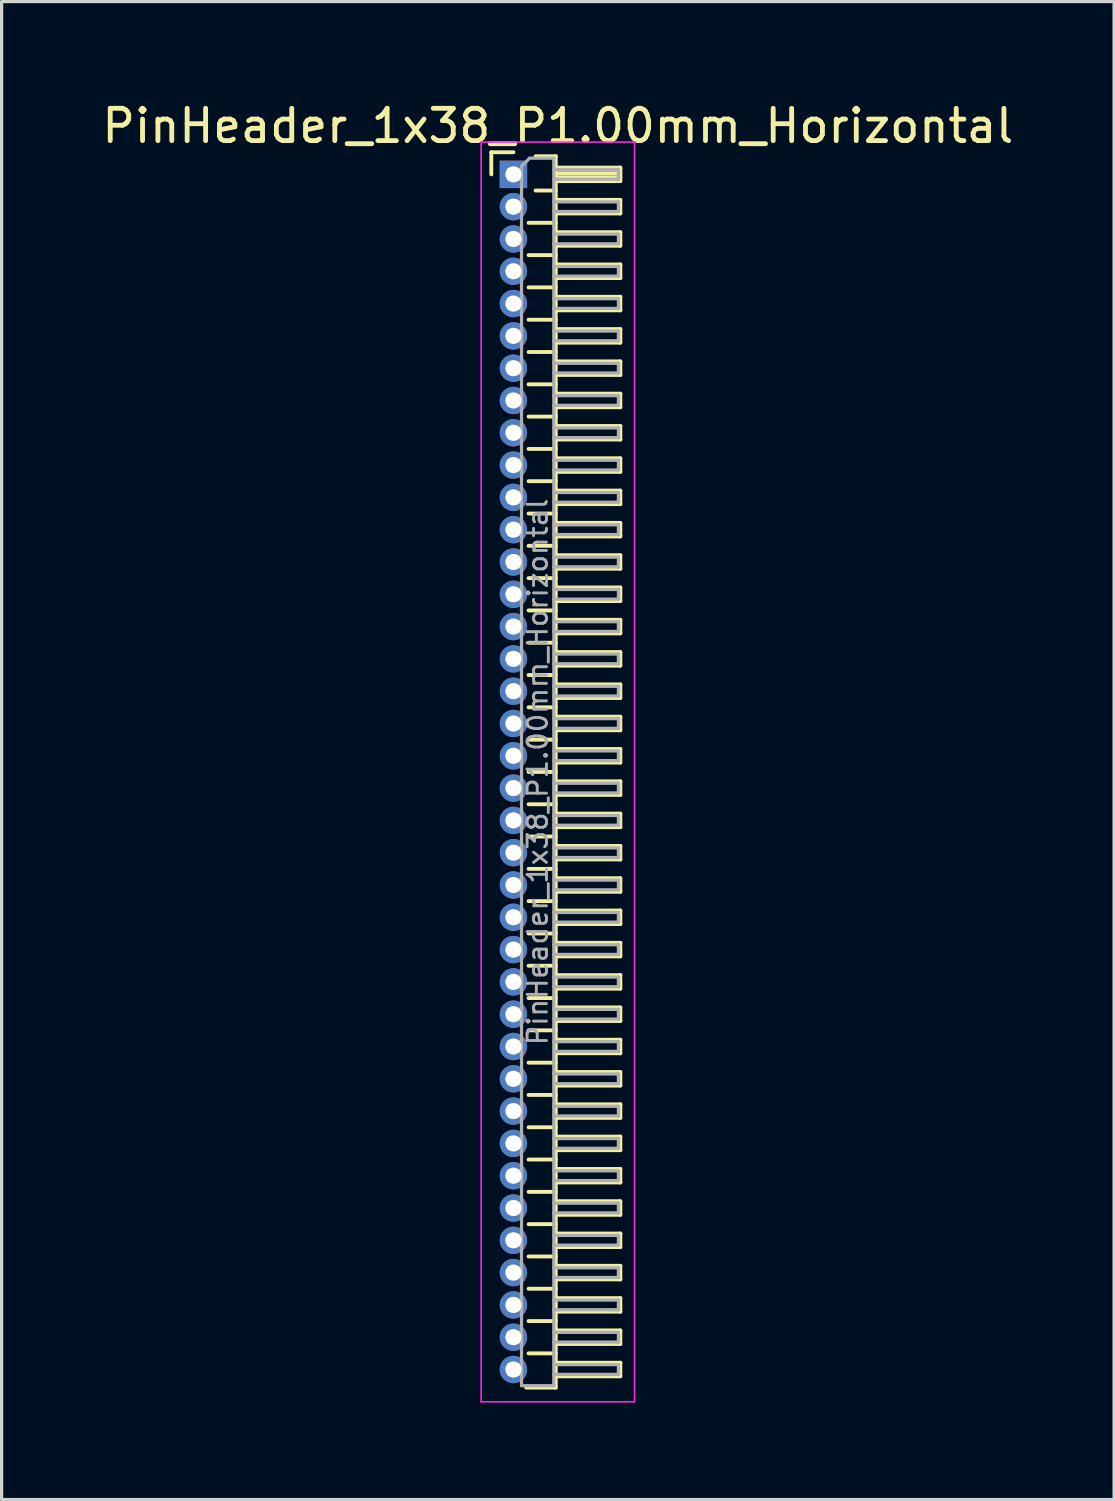
<source format=kicad_pcb>
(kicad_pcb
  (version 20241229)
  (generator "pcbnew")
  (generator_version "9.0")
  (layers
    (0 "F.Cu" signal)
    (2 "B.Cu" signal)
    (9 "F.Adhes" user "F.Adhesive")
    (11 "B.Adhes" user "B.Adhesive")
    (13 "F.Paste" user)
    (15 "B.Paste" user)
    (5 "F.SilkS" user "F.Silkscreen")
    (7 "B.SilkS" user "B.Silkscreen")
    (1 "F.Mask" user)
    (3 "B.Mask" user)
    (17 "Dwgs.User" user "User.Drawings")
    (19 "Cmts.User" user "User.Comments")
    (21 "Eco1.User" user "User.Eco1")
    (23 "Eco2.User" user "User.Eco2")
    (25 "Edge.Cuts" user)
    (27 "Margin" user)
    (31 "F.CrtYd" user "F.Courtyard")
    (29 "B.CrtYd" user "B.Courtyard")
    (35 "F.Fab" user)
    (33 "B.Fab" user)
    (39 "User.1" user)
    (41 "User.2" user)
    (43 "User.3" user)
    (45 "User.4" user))
  (footprint "PinHeader_1x38_P1.00mm_Horizontal"
    (layer "F.Cu")
    (at 12.845 2.348)
    (property "Reference" "PinHeader_1x38_P1.00mm_Horizontal" (at 1.375 -1.5 0) (layer "F.SilkS") (effects (font (size 1 1) (thickness 0.15))))
    (attr through_hole)
    (fp_line (start -0.685 -0.685) (end 0 -0.685) (stroke (width 0.12) (type solid)) (layer "F.SilkS"))
    (fp_line (start -0.685 0) (end -0.685 -0.685) (stroke (width 0.12) (type solid)) (layer "F.SilkS"))
    (fp_line (start 0.468 1.5) (end 1.31 1.5) (stroke (width 0.12) (type solid)) (layer "F.SilkS"))
    (fp_line (start 0.468 2.5) (end 1.31 2.5) (stroke (width 0.12) (type solid)) (layer "F.SilkS"))
    (fp_line (start 0.468 3.5) (end 1.31 3.5) (stroke (width 0.12) (type solid)) (layer "F.SilkS"))
    (fp_line (start 0.468 4.5) (end 1.31 4.5) (stroke (width 0.12) (type solid)) (layer "F.SilkS"))
    (fp_line (start 0.468 5.5) (end 1.31 5.5) (stroke (width 0.12) (type solid)) (layer "F.SilkS"))
    (fp_line (start 0.468 6.5) (end 1.31 6.5) (stroke (width 0.12) (type solid)) (layer "F.SilkS"))
    (fp_line (start 0.468 7.5) (end 1.31 7.5) (stroke (width 0.12) (type solid)) (layer "F.SilkS"))
    (fp_line (start 0.468 8.5) (end 1.31 8.5) (stroke (width 0.12) (type solid)) (layer "F.SilkS"))
    (fp_line (start 0.468 9.5) (end 1.31 9.5) (stroke (width 0.12) (type solid)) (layer "F.SilkS"))
    (fp_line (start 0.468 10.5) (end 1.31 10.5) (stroke (width 0.12) (type solid)) (layer "F.SilkS"))
    (fp_line (start 0.468 11.5) (end 1.31 11.5) (stroke (width 0.12) (type solid)) (layer "F.SilkS"))
    (fp_line (start 0.468 12.5) (end 1.31 12.5) (stroke (width 0.12) (type solid)) (layer "F.SilkS"))
    (fp_line (start 0.468 13.5) (end 1.31 13.5) (stroke (width 0.12) (type solid)) (layer "F.SilkS"))
    (fp_line (start 0.468 14.5) (end 1.31 14.5) (stroke (width 0.12) (type solid)) (layer "F.SilkS"))
    (fp_line (start 0.468 15.5) (end 1.31 15.5) (stroke (width 0.12) (type solid)) (layer "F.SilkS"))
    (fp_line (start 0.468 16.5) (end 1.31 16.5) (stroke (width 0.12) (type solid)) (layer "F.SilkS"))
    (fp_line (start 0.468 17.5) (end 1.31 17.5) (stroke (width 0.12) (type solid)) (layer "F.SilkS"))
    (fp_line (start 0.468 18.5) (end 1.31 18.5) (stroke (width 0.12) (type solid)) (layer "F.SilkS"))
    (fp_line (start 0.468 19.5) (end 1.31 19.5) (stroke (width 0.12) (type solid)) (layer "F.SilkS"))
    (fp_line (start 0.468 20.5) (end 1.31 20.5) (stroke (width 0.12) (type solid)) (layer "F.SilkS"))
    (fp_line (start 0.468 21.5) (end 1.31 21.5) (stroke (width 0.12) (type solid)) (layer "F.SilkS"))
    (fp_line (start 0.468 22.5) (end 1.31 22.5) (stroke (width 0.12) (type solid)) (layer "F.SilkS"))
    (fp_line (start 0.468 23.5) (end 1.31 23.5) (stroke (width 0.12) (type solid)) (layer "F.SilkS"))
    (fp_line (start 0.468 24.5) (end 1.31 24.5) (stroke (width 0.12) (type solid)) (layer "F.SilkS"))
    (fp_line (start 0.468 25.5) (end 1.31 25.5) (stroke (width 0.12) (type solid)) (layer "F.SilkS"))
    (fp_line (start 0.468 26.5) (end 1.31 26.5) (stroke (width 0.12) (type solid)) (layer "F.SilkS"))
    (fp_line (start 0.468 27.5) (end 1.31 27.5) (stroke (width 0.12) (type solid)) (layer "F.SilkS"))
    (fp_line (start 0.468 28.5) (end 1.31 28.5) (stroke (width 0.12) (type solid)) (layer "F.SilkS"))
    (fp_line (start 0.468 29.5) (end 1.31 29.5) (stroke (width 0.12) (type solid)) (layer "F.SilkS"))
    (fp_line (start 0.468 30.5) (end 1.31 30.5) (stroke (width 0.12) (type solid)) (layer "F.SilkS"))
    (fp_line (start 0.468 31.5) (end 1.31 31.5) (stroke (width 0.12) (type solid)) (layer "F.SilkS"))
    (fp_line (start 0.468 32.5) (end 1.31 32.5) (stroke (width 0.12) (type solid)) (layer "F.SilkS"))
    (fp_line (start 0.468 33.5) (end 1.31 33.5) (stroke (width 0.12) (type solid)) (layer "F.SilkS"))
    (fp_line (start 0.468 34.5) (end 1.31 34.5) (stroke (width 0.12) (type solid)) (layer "F.SilkS"))
    (fp_line (start 0.468 35.5) (end 1.31 35.5) (stroke (width 0.12) (type solid)) (layer "F.SilkS"))
    (fp_line (start 0.468 36.5) (end 1.31 36.5) (stroke (width 0.12) (type solid)) (layer "F.SilkS"))
    (fp_line (start 0.685 -0.56) (end 1.31 -0.56) (stroke (width 0.12) (type solid)) (layer "F.SilkS"))
    (fp_line (start 0.685 0.5) (end 1.31 0.5) (stroke (width 0.12) (type solid)) (layer "F.SilkS"))
    (fp_line (start 1.31 -0.56) (end 1.31 37.56) (stroke (width 0.12) (type solid)) (layer "F.SilkS"))
    (fp_line (start 1.31 -0.21) (end 3.31 -0.21) (stroke (width 0.12) (type solid)) (layer "F.SilkS"))
    (fp_line (start 1.31 -0.15) (end 3.31 -0.15) (stroke (width 0.12) (type solid)) (layer "F.SilkS"))
    (fp_line (start 1.31 -0.03) (end 3.31 -0.03) (stroke (width 0.12) (type solid)) (layer "F.SilkS"))
    (fp_line (start 1.31 0.09) (end 3.31 0.09) (stroke (width 0.12) (type solid)) (layer "F.SilkS"))
    (fp_line (start 1.31 0.79) (end 3.31 0.79) (stroke (width 0.12) (type solid)) (layer "F.SilkS"))
    (fp_line (start 1.31 1.79) (end 3.31 1.79) (stroke (width 0.12) (type solid)) (layer "F.SilkS"))
    (fp_line (start 1.31 2.79) (end 3.31 2.79) (stroke (width 0.12) (type solid)) (layer "F.SilkS"))
    (fp_line (start 1.31 3.79) (end 3.31 3.79) (stroke (width 0.12) (type solid)) (layer "F.SilkS"))
    (fp_line (start 1.31 4.79) (end 3.31 4.79) (stroke (width 0.12) (type solid)) (layer "F.SilkS"))
    (fp_line (start 1.31 5.79) (end 3.31 5.79) (stroke (width 0.12) (type solid)) (layer "F.SilkS"))
    (fp_line (start 1.31 6.79) (end 3.31 6.79) (stroke (width 0.12) (type solid)) (layer "F.SilkS"))
    (fp_line (start 1.31 7.79) (end 3.31 7.79) (stroke (width 0.12) (type solid)) (layer "F.SilkS"))
    (fp_line (start 1.31 8.79) (end 3.31 8.79) (stroke (width 0.12) (type solid)) (layer "F.SilkS"))
    (fp_line (start 1.31 9.79) (end 3.31 9.79) (stroke (width 0.12) (type solid)) (layer "F.SilkS"))
    (fp_line (start 1.31 10.79) (end 3.31 10.79) (stroke (width 0.12) (type solid)) (layer "F.SilkS"))
    (fp_line (start 1.31 11.79) (end 3.31 11.79) (stroke (width 0.12) (type solid)) (layer "F.SilkS"))
    (fp_line (start 1.31 12.79) (end 3.31 12.79) (stroke (width 0.12) (type solid)) (layer "F.SilkS"))
    (fp_line (start 1.31 13.79) (end 3.31 13.79) (stroke (width 0.12) (type solid)) (layer "F.SilkS"))
    (fp_line (start 1.31 14.79) (end 3.31 14.79) (stroke (width 0.12) (type solid)) (layer "F.SilkS"))
    (fp_line (start 1.31 15.79) (end 3.31 15.79) (stroke (width 0.12) (type solid)) (layer "F.SilkS"))
    (fp_line (start 1.31 16.79) (end 3.31 16.79) (stroke (width 0.12) (type solid)) (layer "F.SilkS"))
    (fp_line (start 1.31 17.79) (end 3.31 17.79) (stroke (width 0.12) (type solid)) (layer "F.SilkS"))
    (fp_line (start 1.31 18.79) (end 3.31 18.79) (stroke (width 0.12) (type solid)) (layer "F.SilkS"))
    (fp_line (start 1.31 19.79) (end 3.31 19.79) (stroke (width 0.12) (type solid)) (layer "F.SilkS"))
    (fp_line (start 1.31 20.79) (end 3.31 20.79) (stroke (width 0.12) (type solid)) (layer "F.SilkS"))
    (fp_line (start 1.31 21.79) (end 3.31 21.79) (stroke (width 0.12) (type solid)) (layer "F.SilkS"))
    (fp_line (start 1.31 22.79) (end 3.31 22.79) (stroke (width 0.12) (type solid)) (layer "F.SilkS"))
    (fp_line (start 1.31 23.79) (end 3.31 23.79) (stroke (width 0.12) (type solid)) (layer "F.SilkS"))
    (fp_line (start 1.31 24.79) (end 3.31 24.79) (stroke (width 0.12) (type solid)) (layer "F.SilkS"))
    (fp_line (start 1.31 25.79) (end 3.31 25.79) (stroke (width 0.12) (type solid)) (layer "F.SilkS"))
    (fp_line (start 1.31 26.79) (end 3.31 26.79) (stroke (width 0.12) (type solid)) (layer "F.SilkS"))
    (fp_line (start 1.31 27.79) (end 3.31 27.79) (stroke (width 0.12) (type solid)) (layer "F.SilkS"))
    (fp_line (start 1.31 28.79) (end 3.31 28.79) (stroke (width 0.12) (type solid)) (layer "F.SilkS"))
    (fp_line (start 1.31 29.79) (end 3.31 29.79) (stroke (width 0.12) (type solid)) (layer "F.SilkS"))
    (fp_line (start 1.31 30.79) (end 3.31 30.79) (stroke (width 0.12) (type solid)) (layer "F.SilkS"))
    (fp_line (start 1.31 31.79) (end 3.31 31.79) (stroke (width 0.12) (type solid)) (layer "F.SilkS"))
    (fp_line (start 1.31 32.79) (end 3.31 32.79) (stroke (width 0.12) (type solid)) (layer "F.SilkS"))
    (fp_line (start 1.31 33.79) (end 3.31 33.79) (stroke (width 0.12) (type solid)) (layer "F.SilkS"))
    (fp_line (start 1.31 34.79) (end 3.31 34.79) (stroke (width 0.12) (type solid)) (layer "F.SilkS"))
    (fp_line (start 1.31 35.79) (end 3.31 35.79) (stroke (width 0.12) (type solid)) (layer "F.SilkS"))
    (fp_line (start 1.31 36.79) (end 3.31 36.79) (stroke (width 0.12) (type solid)) (layer "F.SilkS"))
    (fp_line (start 1.31 37.56) (end 0.394 37.56) (stroke (width 0.12) (type solid)) (layer "F.SilkS"))
    (fp_line (start 3.31 -0.21) (end 3.31 0.21) (stroke (width 0.12) (type solid)) (layer "F.SilkS"))
    (fp_line (start 3.31 0.21) (end 1.31 0.21) (stroke (width 0.12) (type solid)) (layer "F.SilkS"))
    (fp_line (start 3.31 0.79) (end 3.31 1.21) (stroke (width 0.12) (type solid)) (layer "F.SilkS"))
    (fp_line (start 3.31 1.21) (end 1.31 1.21) (stroke (width 0.12) (type solid)) (layer "F.SilkS"))
    (fp_line (start 3.31 1.79) (end 3.31 2.21) (stroke (width 0.12) (type solid)) (layer "F.SilkS"))
    (fp_line (start 3.31 2.21) (end 1.31 2.21) (stroke (width 0.12) (type solid)) (layer "F.SilkS"))
    (fp_line (start 3.31 2.79) (end 3.31 3.21) (stroke (width 0.12) (type solid)) (layer "F.SilkS"))
    (fp_line (start 3.31 3.21) (end 1.31 3.21) (stroke (width 0.12) (type solid)) (layer "F.SilkS"))
    (fp_line (start 3.31 3.79) (end 3.31 4.21) (stroke (width 0.12) (type solid)) (layer "F.SilkS"))
    (fp_line (start 3.31 4.21) (end 1.31 4.21) (stroke (width 0.12) (type solid)) (layer "F.SilkS"))
    (fp_line (start 3.31 4.79) (end 3.31 5.21) (stroke (width 0.12) (type solid)) (layer "F.SilkS"))
    (fp_line (start 3.31 5.21) (end 1.31 5.21) (stroke (width 0.12) (type solid)) (layer "F.SilkS"))
    (fp_line (start 3.31 5.79) (end 3.31 6.21) (stroke (width 0.12) (type solid)) (layer "F.SilkS"))
    (fp_line (start 3.31 6.21) (end 1.31 6.21) (stroke (width 0.12) (type solid)) (layer "F.SilkS"))
    (fp_line (start 3.31 6.79) (end 3.31 7.21) (stroke (width 0.12) (type solid)) (layer "F.SilkS"))
    (fp_line (start 3.31 7.21) (end 1.31 7.21) (stroke (width 0.12) (type solid)) (layer "F.SilkS"))
    (fp_line (start 3.31 7.79) (end 3.31 8.21) (stroke (width 0.12) (type solid)) (layer "F.SilkS"))
    (fp_line (start 3.31 8.21) (end 1.31 8.21) (stroke (width 0.12) (type solid)) (layer "F.SilkS"))
    (fp_line (start 3.31 8.79) (end 3.31 9.21) (stroke (width 0.12) (type solid)) (layer "F.SilkS"))
    (fp_line (start 3.31 9.21) (end 1.31 9.21) (stroke (width 0.12) (type solid)) (layer "F.SilkS"))
    (fp_line (start 3.31 9.79) (end 3.31 10.21) (stroke (width 0.12) (type solid)) (layer "F.SilkS"))
    (fp_line (start 3.31 10.21) (end 1.31 10.21) (stroke (width 0.12) (type solid)) (layer "F.SilkS"))
    (fp_line (start 3.31 10.79) (end 3.31 11.21) (stroke (width 0.12) (type solid)) (layer "F.SilkS"))
    (fp_line (start 3.31 11.21) (end 1.31 11.21) (stroke (width 0.12) (type solid)) (layer "F.SilkS"))
    (fp_line (start 3.31 11.79) (end 3.31 12.21) (stroke (width 0.12) (type solid)) (layer "F.SilkS"))
    (fp_line (start 3.31 12.21) (end 1.31 12.21) (stroke (width 0.12) (type solid)) (layer "F.SilkS"))
    (fp_line (start 3.31 12.79) (end 3.31 13.21) (stroke (width 0.12) (type solid)) (layer "F.SilkS"))
    (fp_line (start 3.31 13.21) (end 1.31 13.21) (stroke (width 0.12) (type solid)) (layer "F.SilkS"))
    (fp_line (start 3.31 13.79) (end 3.31 14.21) (stroke (width 0.12) (type solid)) (layer "F.SilkS"))
    (fp_line (start 3.31 14.21) (end 1.31 14.21) (stroke (width 0.12) (type solid)) (layer "F.SilkS"))
    (fp_line (start 3.31 14.79) (end 3.31 15.21) (stroke (width 0.12) (type solid)) (layer "F.SilkS"))
    (fp_line (start 3.31 15.21) (end 1.31 15.21) (stroke (width 0.12) (type solid)) (layer "F.SilkS"))
    (fp_line (start 3.31 15.79) (end 3.31 16.21) (stroke (width 0.12) (type solid)) (layer "F.SilkS"))
    (fp_line (start 3.31 16.21) (end 1.31 16.21) (stroke (width 0.12) (type solid)) (layer "F.SilkS"))
    (fp_line (start 3.31 16.79) (end 3.31 17.21) (stroke (width 0.12) (type solid)) (layer "F.SilkS"))
    (fp_line (start 3.31 17.21) (end 1.31 17.21) (stroke (width 0.12) (type solid)) (layer "F.SilkS"))
    (fp_line (start 3.31 17.79) (end 3.31 18.21) (stroke (width 0.12) (type solid)) (layer "F.SilkS"))
    (fp_line (start 3.31 18.21) (end 1.31 18.21) (stroke (width 0.12) (type solid)) (layer "F.SilkS"))
    (fp_line (start 3.31 18.79) (end 3.31 19.21) (stroke (width 0.12) (type solid)) (layer "F.SilkS"))
    (fp_line (start 3.31 19.21) (end 1.31 19.21) (stroke (width 0.12) (type solid)) (layer "F.SilkS"))
    (fp_line (start 3.31 19.79) (end 3.31 20.21) (stroke (width 0.12) (type solid)) (layer "F.SilkS"))
    (fp_line (start 3.31 20.21) (end 1.31 20.21) (stroke (width 0.12) (type solid)) (layer "F.SilkS"))
    (fp_line (start 3.31 20.79) (end 3.31 21.21) (stroke (width 0.12) (type solid)) (layer "F.SilkS"))
    (fp_line (start 3.31 21.21) (end 1.31 21.21) (stroke (width 0.12) (type solid)) (layer "F.SilkS"))
    (fp_line (start 3.31 21.79) (end 3.31 22.21) (stroke (width 0.12) (type solid)) (layer "F.SilkS"))
    (fp_line (start 3.31 22.21) (end 1.31 22.21) (stroke (width 0.12) (type solid)) (layer "F.SilkS"))
    (fp_line (start 3.31 22.79) (end 3.31 23.21) (stroke (width 0.12) (type solid)) (layer "F.SilkS"))
    (fp_line (start 3.31 23.21) (end 1.31 23.21) (stroke (width 0.12) (type solid)) (layer "F.SilkS"))
    (fp_line (start 3.31 23.79) (end 3.31 24.21) (stroke (width 0.12) (type solid)) (layer "F.SilkS"))
    (fp_line (start 3.31 24.21) (end 1.31 24.21) (stroke (width 0.12) (type solid)) (layer "F.SilkS"))
    (fp_line (start 3.31 24.79) (end 3.31 25.21) (stroke (width 0.12) (type solid)) (layer "F.SilkS"))
    (fp_line (start 3.31 25.21) (end 1.31 25.21) (stroke (width 0.12) (type solid)) (layer "F.SilkS"))
    (fp_line (start 3.31 25.79) (end 3.31 26.21) (stroke (width 0.12) (type solid)) (layer "F.SilkS"))
    (fp_line (start 3.31 26.21) (end 1.31 26.21) (stroke (width 0.12) (type solid)) (layer "F.SilkS"))
    (fp_line (start 3.31 26.79) (end 3.31 27.21) (stroke (width 0.12) (type solid)) (layer "F.SilkS"))
    (fp_line (start 3.31 27.21) (end 1.31 27.21) (stroke (width 0.12) (type solid)) (layer "F.SilkS"))
    (fp_line (start 3.31 27.79) (end 3.31 28.21) (stroke (width 0.12) (type solid)) (layer "F.SilkS"))
    (fp_line (start 3.31 28.21) (end 1.31 28.21) (stroke (width 0.12) (type solid)) (layer "F.SilkS"))
    (fp_line (start 3.31 28.79) (end 3.31 29.21) (stroke (width 0.12) (type solid)) (layer "F.SilkS"))
    (fp_line (start 3.31 29.21) (end 1.31 29.21) (stroke (width 0.12) (type solid)) (layer "F.SilkS"))
    (fp_line (start 3.31 29.79) (end 3.31 30.21) (stroke (width 0.12) (type solid)) (layer "F.SilkS"))
    (fp_line (start 3.31 30.21) (end 1.31 30.21) (stroke (width 0.12) (type solid)) (layer "F.SilkS"))
    (fp_line (start 3.31 30.79) (end 3.31 31.21) (stroke (width 0.12) (type solid)) (layer "F.SilkS"))
    (fp_line (start 3.31 31.21) (end 1.31 31.21) (stroke (width 0.12) (type solid)) (layer "F.SilkS"))
    (fp_line (start 3.31 31.79) (end 3.31 32.21) (stroke (width 0.12) (type solid)) (layer "F.SilkS"))
    (fp_line (start 3.31 32.21) (end 1.31 32.21) (stroke (width 0.12) (type solid)) (layer "F.SilkS"))
    (fp_line (start 3.31 32.79) (end 3.31 33.21) (stroke (width 0.12) (type solid)) (layer "F.SilkS"))
    (fp_line (start 3.31 33.21) (end 1.31 33.21) (stroke (width 0.12) (type solid)) (layer "F.SilkS"))
    (fp_line (start 3.31 33.79) (end 3.31 34.21) (stroke (width 0.12) (type solid)) (layer "F.SilkS"))
    (fp_line (start 3.31 34.21) (end 1.31 34.21) (stroke (width 0.12) (type solid)) (layer "F.SilkS"))
    (fp_line (start 3.31 34.79) (end 3.31 35.21) (stroke (width 0.12) (type solid)) (layer "F.SilkS"))
    (fp_line (start 3.31 35.21) (end 1.31 35.21) (stroke (width 0.12) (type solid)) (layer "F.SilkS"))
    (fp_line (start 3.31 35.79) (end 3.31 36.21) (stroke (width 0.12) (type solid)) (layer "F.SilkS"))
    (fp_line (start 3.31 36.21) (end 1.31 36.21) (stroke (width 0.12) (type solid)) (layer "F.SilkS"))
    (fp_line (start 3.31 36.79) (end 3.31 37.21) (stroke (width 0.12) (type solid)) (layer "F.SilkS"))
    (fp_line (start 3.31 37.21) (end 1.31 37.21) (stroke (width 0.12) (type solid)) (layer "F.SilkS"))
    (fp_line (start -1 -1) (end -1 38) (stroke (width 0.05) (type solid)) (layer "F.CrtYd"))
    (fp_line (start -1 38) (end 3.75 38) (stroke (width 0.05) (type solid)) (layer "F.CrtYd"))
    (fp_line (start 3.75 -1) (end -1 -1) (stroke (width 0.05) (type solid)) (layer "F.CrtYd"))
    (fp_line (start 3.75 38) (end 3.75 -1) (stroke (width 0.05) (type solid)) (layer "F.CrtYd"))
    (fp_line (start -0.15 -0.15) (end -0.15 0.15) (stroke (width 0.1) (type solid)) (layer "F.Fab"))
    (fp_line (start -0.15 -0.15) (end 0.25 -0.15) (stroke (width 0.1) (type solid)) (layer "F.Fab"))
    (fp_line (start -0.15 0.15) (end 0.25 0.15) (stroke (width 0.1) (type solid)) (layer "F.Fab"))
    (fp_line (start -0.15 0.85) (end -0.15 1.15) (stroke (width 0.1) (type solid)) (layer "F.Fab"))
    (fp_line (start -0.15 0.85) (end 0.25 0.85) (stroke (width 0.1) (type solid)) (layer "F.Fab"))
    (fp_line (start -0.15 1.15) (end 0.25 1.15) (stroke (width 0.1) (type solid)) (layer "F.Fab"))
    (fp_line (start -0.15 1.85) (end -0.15 2.15) (stroke (width 0.1) (type solid)) (layer "F.Fab"))
    (fp_line (start -0.15 1.85) (end 0.25 1.85) (stroke (width 0.1) (type solid)) (layer "F.Fab"))
    (fp_line (start -0.15 2.15) (end 0.25 2.15) (stroke (width 0.1) (type solid)) (layer "F.Fab"))
    (fp_line (start -0.15 2.85) (end -0.15 3.15) (stroke (width 0.1) (type solid)) (layer "F.Fab"))
    (fp_line (start -0.15 2.85) (end 0.25 2.85) (stroke (width 0.1) (type solid)) (layer "F.Fab"))
    (fp_line (start -0.15 3.15) (end 0.25 3.15) (stroke (width 0.1) (type solid)) (layer "F.Fab"))
    (fp_line (start -0.15 3.85) (end -0.15 4.15) (stroke (width 0.1) (type solid)) (layer "F.Fab"))
    (fp_line (start -0.15 3.85) (end 0.25 3.85) (stroke (width 0.1) (type solid)) (layer "F.Fab"))
    (fp_line (start -0.15 4.15) (end 0.25 4.15) (stroke (width 0.1) (type solid)) (layer "F.Fab"))
    (fp_line (start -0.15 4.85) (end -0.15 5.15) (stroke (width 0.1) (type solid)) (layer "F.Fab"))
    (fp_line (start -0.15 4.85) (end 0.25 4.85) (stroke (width 0.1) (type solid)) (layer "F.Fab"))
    (fp_line (start -0.15 5.15) (end 0.25 5.15) (stroke (width 0.1) (type solid)) (layer "F.Fab"))
    (fp_line (start -0.15 5.85) (end -0.15 6.15) (stroke (width 0.1) (type solid)) (layer "F.Fab"))
    (fp_line (start -0.15 5.85) (end 0.25 5.85) (stroke (width 0.1) (type solid)) (layer "F.Fab"))
    (fp_line (start -0.15 6.15) (end 0.25 6.15) (stroke (width 0.1) (type solid)) (layer "F.Fab"))
    (fp_line (start -0.15 6.85) (end -0.15 7.15) (stroke (width 0.1) (type solid)) (layer "F.Fab"))
    (fp_line (start -0.15 6.85) (end 0.25 6.85) (stroke (width 0.1) (type solid)) (layer "F.Fab"))
    (fp_line (start -0.15 7.15) (end 0.25 7.15) (stroke (width 0.1) (type solid)) (layer "F.Fab"))
    (fp_line (start -0.15 7.85) (end -0.15 8.15) (stroke (width 0.1) (type solid)) (layer "F.Fab"))
    (fp_line (start -0.15 7.85) (end 0.25 7.85) (stroke (width 0.1) (type solid)) (layer "F.Fab"))
    (fp_line (start -0.15 8.15) (end 0.25 8.15) (stroke (width 0.1) (type solid)) (layer "F.Fab"))
    (fp_line (start -0.15 8.85) (end -0.15 9.15) (stroke (width 0.1) (type solid)) (layer "F.Fab"))
    (fp_line (start -0.15 8.85) (end 0.25 8.85) (stroke (width 0.1) (type solid)) (layer "F.Fab"))
    (fp_line (start -0.15 9.15) (end 0.25 9.15) (stroke (width 0.1) (type solid)) (layer "F.Fab"))
    (fp_line (start -0.15 9.85) (end -0.15 10.15) (stroke (width 0.1) (type solid)) (layer "F.Fab"))
    (fp_line (start -0.15 9.85) (end 0.25 9.85) (stroke (width 0.1) (type solid)) (layer "F.Fab"))
    (fp_line (start -0.15 10.15) (end 0.25 10.15) (stroke (width 0.1) (type solid)) (layer "F.Fab"))
    (fp_line (start -0.15 10.85) (end -0.15 11.15) (stroke (width 0.1) (type solid)) (layer "F.Fab"))
    (fp_line (start -0.15 10.85) (end 0.25 10.85) (stroke (width 0.1) (type solid)) (layer "F.Fab"))
    (fp_line (start -0.15 11.15) (end 0.25 11.15) (stroke (width 0.1) (type solid)) (layer "F.Fab"))
    (fp_line (start -0.15 11.85) (end -0.15 12.15) (stroke (width 0.1) (type solid)) (layer "F.Fab"))
    (fp_line (start -0.15 11.85) (end 0.25 11.85) (stroke (width 0.1) (type solid)) (layer "F.Fab"))
    (fp_line (start -0.15 12.15) (end 0.25 12.15) (stroke (width 0.1) (type solid)) (layer "F.Fab"))
    (fp_line (start -0.15 12.85) (end -0.15 13.15) (stroke (width 0.1) (type solid)) (layer "F.Fab"))
    (fp_line (start -0.15 12.85) (end 0.25 12.85) (stroke (width 0.1) (type solid)) (layer "F.Fab"))
    (fp_line (start -0.15 13.15) (end 0.25 13.15) (stroke (width 0.1) (type solid)) (layer "F.Fab"))
    (fp_line (start -0.15 13.85) (end -0.15 14.15) (stroke (width 0.1) (type solid)) (layer "F.Fab"))
    (fp_line (start -0.15 13.85) (end 0.25 13.85) (stroke (width 0.1) (type solid)) (layer "F.Fab"))
    (fp_line (start -0.15 14.15) (end 0.25 14.15) (stroke (width 0.1) (type solid)) (layer "F.Fab"))
    (fp_line (start -0.15 14.85) (end -0.15 15.15) (stroke (width 0.1) (type solid)) (layer "F.Fab"))
    (fp_line (start -0.15 14.85) (end 0.25 14.85) (stroke (width 0.1) (type solid)) (layer "F.Fab"))
    (fp_line (start -0.15 15.15) (end 0.25 15.15) (stroke (width 0.1) (type solid)) (layer "F.Fab"))
    (fp_line (start -0.15 15.85) (end -0.15 16.15) (stroke (width 0.1) (type solid)) (layer "F.Fab"))
    (fp_line (start -0.15 15.85) (end 0.25 15.85) (stroke (width 0.1) (type solid)) (layer "F.Fab"))
    (fp_line (start -0.15 16.15) (end 0.25 16.15) (stroke (width 0.1) (type solid)) (layer "F.Fab"))
    (fp_line (start -0.15 16.85) (end -0.15 17.15) (stroke (width 0.1) (type solid)) (layer "F.Fab"))
    (fp_line (start -0.15 16.85) (end 0.25 16.85) (stroke (width 0.1) (type solid)) (layer "F.Fab"))
    (fp_line (start -0.15 17.15) (end 0.25 17.15) (stroke (width 0.1) (type solid)) (layer "F.Fab"))
    (fp_line (start -0.15 17.85) (end -0.15 18.15) (stroke (width 0.1) (type solid)) (layer "F.Fab"))
    (fp_line (start -0.15 17.85) (end 0.25 17.85) (stroke (width 0.1) (type solid)) (layer "F.Fab"))
    (fp_line (start -0.15 18.15) (end 0.25 18.15) (stroke (width 0.1) (type solid)) (layer "F.Fab"))
    (fp_line (start -0.15 18.85) (end -0.15 19.15) (stroke (width 0.1) (type solid)) (layer "F.Fab"))
    (fp_line (start -0.15 18.85) (end 0.25 18.85) (stroke (width 0.1) (type solid)) (layer "F.Fab"))
    (fp_line (start -0.15 19.15) (end 0.25 19.15) (stroke (width 0.1) (type solid)) (layer "F.Fab"))
    (fp_line (start -0.15 19.85) (end -0.15 20.15) (stroke (width 0.1) (type solid)) (layer "F.Fab"))
    (fp_line (start -0.15 19.85) (end 0.25 19.85) (stroke (width 0.1) (type solid)) (layer "F.Fab"))
    (fp_line (start -0.15 20.15) (end 0.25 20.15) (stroke (width 0.1) (type solid)) (layer "F.Fab"))
    (fp_line (start -0.15 20.85) (end -0.15 21.15) (stroke (width 0.1) (type solid)) (layer "F.Fab"))
    (fp_line (start -0.15 20.85) (end 0.25 20.85) (stroke (width 0.1) (type solid)) (layer "F.Fab"))
    (fp_line (start -0.15 21.15) (end 0.25 21.15) (stroke (width 0.1) (type solid)) (layer "F.Fab"))
    (fp_line (start -0.15 21.85) (end -0.15 22.15) (stroke (width 0.1) (type solid)) (layer "F.Fab"))
    (fp_line (start -0.15 21.85) (end 0.25 21.85) (stroke (width 0.1) (type solid)) (layer "F.Fab"))
    (fp_line (start -0.15 22.15) (end 0.25 22.15) (stroke (width 0.1) (type solid)) (layer "F.Fab"))
    (fp_line (start -0.15 22.85) (end -0.15 23.15) (stroke (width 0.1) (type solid)) (layer "F.Fab"))
    (fp_line (start -0.15 22.85) (end 0.25 22.85) (stroke (width 0.1) (type solid)) (layer "F.Fab"))
    (fp_line (start -0.15 23.15) (end 0.25 23.15) (stroke (width 0.1) (type solid)) (layer "F.Fab"))
    (fp_line (start -0.15 23.85) (end -0.15 24.15) (stroke (width 0.1) (type solid)) (layer "F.Fab"))
    (fp_line (start -0.15 23.85) (end 0.25 23.85) (stroke (width 0.1) (type solid)) (layer "F.Fab"))
    (fp_line (start -0.15 24.15) (end 0.25 24.15) (stroke (width 0.1) (type solid)) (layer "F.Fab"))
    (fp_line (start -0.15 24.85) (end -0.15 25.15) (stroke (width 0.1) (type solid)) (layer "F.Fab"))
    (fp_line (start -0.15 24.85) (end 0.25 24.85) (stroke (width 0.1) (type solid)) (layer "F.Fab"))
    (fp_line (start -0.15 25.15) (end 0.25 25.15) (stroke (width 0.1) (type solid)) (layer "F.Fab"))
    (fp_line (start -0.15 25.85) (end -0.15 26.15) (stroke (width 0.1) (type solid)) (layer "F.Fab"))
    (fp_line (start -0.15 25.85) (end 0.25 25.85) (stroke (width 0.1) (type solid)) (layer "F.Fab"))
    (fp_line (start -0.15 26.15) (end 0.25 26.15) (stroke (width 0.1) (type solid)) (layer "F.Fab"))
    (fp_line (start -0.15 26.85) (end -0.15 27.15) (stroke (width 0.1) (type solid)) (layer "F.Fab"))
    (fp_line (start -0.15 26.85) (end 0.25 26.85) (stroke (width 0.1) (type solid)) (layer "F.Fab"))
    (fp_line (start -0.15 27.15) (end 0.25 27.15) (stroke (width 0.1) (type solid)) (layer "F.Fab"))
    (fp_line (start -0.15 27.85) (end -0.15 28.15) (stroke (width 0.1) (type solid)) (layer "F.Fab"))
    (fp_line (start -0.15 27.85) (end 0.25 27.85) (stroke (width 0.1) (type solid)) (layer "F.Fab"))
    (fp_line (start -0.15 28.15) (end 0.25 28.15) (stroke (width 0.1) (type solid)) (layer "F.Fab"))
    (fp_line (start -0.15 28.85) (end -0.15 29.15) (stroke (width 0.1) (type solid)) (layer "F.Fab"))
    (fp_line (start -0.15 28.85) (end 0.25 28.85) (stroke (width 0.1) (type solid)) (layer "F.Fab"))
    (fp_line (start -0.15 29.15) (end 0.25 29.15) (stroke (width 0.1) (type solid)) (layer "F.Fab"))
    (fp_line (start -0.15 29.85) (end -0.15 30.15) (stroke (width 0.1) (type solid)) (layer "F.Fab"))
    (fp_line (start -0.15 29.85) (end 0.25 29.85) (stroke (width 0.1) (type solid)) (layer "F.Fab"))
    (fp_line (start -0.15 30.15) (end 0.25 30.15) (stroke (width 0.1) (type solid)) (layer "F.Fab"))
    (fp_line (start -0.15 30.85) (end -0.15 31.15) (stroke (width 0.1) (type solid)) (layer "F.Fab"))
    (fp_line (start -0.15 30.85) (end 0.25 30.85) (stroke (width 0.1) (type solid)) (layer "F.Fab"))
    (fp_line (start -0.15 31.15) (end 0.25 31.15) (stroke (width 0.1) (type solid)) (layer "F.Fab"))
    (fp_line (start -0.15 31.85) (end -0.15 32.15) (stroke (width 0.1) (type solid)) (layer "F.Fab"))
    (fp_line (start -0.15 31.85) (end 0.25 31.85) (stroke (width 0.1) (type solid)) (layer "F.Fab"))
    (fp_line (start -0.15 32.15) (end 0.25 32.15) (stroke (width 0.1) (type solid)) (layer "F.Fab"))
    (fp_line (start -0.15 32.85) (end -0.15 33.15) (stroke (width 0.1) (type solid)) (layer "F.Fab"))
    (fp_line (start -0.15 32.85) (end 0.25 32.85) (stroke (width 0.1) (type solid)) (layer "F.Fab"))
    (fp_line (start -0.15 33.15) (end 0.25 33.15) (stroke (width 0.1) (type solid)) (layer "F.Fab"))
    (fp_line (start -0.15 33.85) (end -0.15 34.15) (stroke (width 0.1) (type solid)) (layer "F.Fab"))
    (fp_line (start -0.15 33.85) (end 0.25 33.85) (stroke (width 0.1) (type solid)) (layer "F.Fab"))
    (fp_line (start -0.15 34.15) (end 0.25 34.15) (stroke (width 0.1) (type solid)) (layer "F.Fab"))
    (fp_line (start -0.15 34.85) (end -0.15 35.15) (stroke (width 0.1) (type solid)) (layer "F.Fab"))
    (fp_line (start -0.15 34.85) (end 0.25 34.85) (stroke (width 0.1) (type solid)) (layer "F.Fab"))
    (fp_line (start -0.15 35.15) (end 0.25 35.15) (stroke (width 0.1) (type solid)) (layer "F.Fab"))
    (fp_line (start -0.15 35.85) (end -0.15 36.15) (stroke (width 0.1) (type solid)) (layer "F.Fab"))
    (fp_line (start -0.15 35.85) (end 0.25 35.85) (stroke (width 0.1) (type solid)) (layer "F.Fab"))
    (fp_line (start -0.15 36.15) (end 0.25 36.15) (stroke (width 0.1) (type solid)) (layer "F.Fab"))
    (fp_line (start -0.15 36.85) (end -0.15 37.15) (stroke (width 0.1) (type solid)) (layer "F.Fab"))
    (fp_line (start -0.15 36.85) (end 0.25 36.85) (stroke (width 0.1) (type solid)) (layer "F.Fab"))
    (fp_line (start -0.15 37.15) (end 0.25 37.15) (stroke (width 0.1) (type solid)) (layer "F.Fab"))
    (fp_line (start 0.25 -0.25) (end 0.5 -0.5) (stroke (width 0.1) (type solid)) (layer "F.Fab"))
    (fp_line (start 0.25 37.5) (end 0.25 -0.25) (stroke (width 0.1) (type solid)) (layer "F.Fab"))
    (fp_line (start 0.5 -0.5) (end 1.25 -0.5) (stroke (width 0.1) (type solid)) (layer "F.Fab"))
    (fp_line (start 1.25 -0.5) (end 1.25 37.5) (stroke (width 0.1) (type solid)) (layer "F.Fab"))
    (fp_line (start 1.25 -0.15) (end 3.25 -0.15) (stroke (width 0.1) (type solid)) (layer "F.Fab"))
    (fp_line (start 1.25 0.15) (end 3.25 0.15) (stroke (width 0.1) (type solid)) (layer "F.Fab"))
    (fp_line (start 1.25 0.85) (end 3.25 0.85) (stroke (width 0.1) (type solid)) (layer "F.Fab"))
    (fp_line (start 1.25 1.15) (end 3.25 1.15) (stroke (width 0.1) (type solid)) (layer "F.Fab"))
    (fp_line (start 1.25 1.85) (end 3.25 1.85) (stroke (width 0.1) (type solid)) (layer "F.Fab"))
    (fp_line (start 1.25 2.15) (end 3.25 2.15) (stroke (width 0.1) (type solid)) (layer "F.Fab"))
    (fp_line (start 1.25 2.85) (end 3.25 2.85) (stroke (width 0.1) (type solid)) (layer "F.Fab"))
    (fp_line (start 1.25 3.15) (end 3.25 3.15) (stroke (width 0.1) (type solid)) (layer "F.Fab"))
    (fp_line (start 1.25 3.85) (end 3.25 3.85) (stroke (width 0.1) (type solid)) (layer "F.Fab"))
    (fp_line (start 1.25 4.15) (end 3.25 4.15) (stroke (width 0.1) (type solid)) (layer "F.Fab"))
    (fp_line (start 1.25 4.85) (end 3.25 4.85) (stroke (width 0.1) (type solid)) (layer "F.Fab"))
    (fp_line (start 1.25 5.15) (end 3.25 5.15) (stroke (width 0.1) (type solid)) (layer "F.Fab"))
    (fp_line (start 1.25 5.85) (end 3.25 5.85) (stroke (width 0.1) (type solid)) (layer "F.Fab"))
    (fp_line (start 1.25 6.15) (end 3.25 6.15) (stroke (width 0.1) (type solid)) (layer "F.Fab"))
    (fp_line (start 1.25 6.85) (end 3.25 6.85) (stroke (width 0.1) (type solid)) (layer "F.Fab"))
    (fp_line (start 1.25 7.15) (end 3.25 7.15) (stroke (width 0.1) (type solid)) (layer "F.Fab"))
    (fp_line (start 1.25 7.85) (end 3.25 7.85) (stroke (width 0.1) (type solid)) (layer "F.Fab"))
    (fp_line (start 1.25 8.15) (end 3.25 8.15) (stroke (width 0.1) (type solid)) (layer "F.Fab"))
    (fp_line (start 1.25 8.85) (end 3.25 8.85) (stroke (width 0.1) (type solid)) (layer "F.Fab"))
    (fp_line (start 1.25 9.15) (end 3.25 9.15) (stroke (width 0.1) (type solid)) (layer "F.Fab"))
    (fp_line (start 1.25 9.85) (end 3.25 9.85) (stroke (width 0.1) (type solid)) (layer "F.Fab"))
    (fp_line (start 1.25 10.15) (end 3.25 10.15) (stroke (width 0.1) (type solid)) (layer "F.Fab"))
    (fp_line (start 1.25 10.85) (end 3.25 10.85) (stroke (width 0.1) (type solid)) (layer "F.Fab"))
    (fp_line (start 1.25 11.15) (end 3.25 11.15) (stroke (width 0.1) (type solid)) (layer "F.Fab"))
    (fp_line (start 1.25 11.85) (end 3.25 11.85) (stroke (width 0.1) (type solid)) (layer "F.Fab"))
    (fp_line (start 1.25 12.15) (end 3.25 12.15) (stroke (width 0.1) (type solid)) (layer "F.Fab"))
    (fp_line (start 1.25 12.85) (end 3.25 12.85) (stroke (width 0.1) (type solid)) (layer "F.Fab"))
    (fp_line (start 1.25 13.15) (end 3.25 13.15) (stroke (width 0.1) (type solid)) (layer "F.Fab"))
    (fp_line (start 1.25 13.85) (end 3.25 13.85) (stroke (width 0.1) (type solid)) (layer "F.Fab"))
    (fp_line (start 1.25 14.15) (end 3.25 14.15) (stroke (width 0.1) (type solid)) (layer "F.Fab"))
    (fp_line (start 1.25 14.85) (end 3.25 14.85) (stroke (width 0.1) (type solid)) (layer "F.Fab"))
    (fp_line (start 1.25 15.15) (end 3.25 15.15) (stroke (width 0.1) (type solid)) (layer "F.Fab"))
    (fp_line (start 1.25 15.85) (end 3.25 15.85) (stroke (width 0.1) (type solid)) (layer "F.Fab"))
    (fp_line (start 1.25 16.15) (end 3.25 16.15) (stroke (width 0.1) (type solid)) (layer "F.Fab"))
    (fp_line (start 1.25 16.85) (end 3.25 16.85) (stroke (width 0.1) (type solid)) (layer "F.Fab"))
    (fp_line (start 1.25 17.15) (end 3.25 17.15) (stroke (width 0.1) (type solid)) (layer "F.Fab"))
    (fp_line (start 1.25 17.85) (end 3.25 17.85) (stroke (width 0.1) (type solid)) (layer "F.Fab"))
    (fp_line (start 1.25 18.15) (end 3.25 18.15) (stroke (width 0.1) (type solid)) (layer "F.Fab"))
    (fp_line (start 1.25 18.85) (end 3.25 18.85) (stroke (width 0.1) (type solid)) (layer "F.Fab"))
    (fp_line (start 1.25 19.15) (end 3.25 19.15) (stroke (width 0.1) (type solid)) (layer "F.Fab"))
    (fp_line (start 1.25 19.85) (end 3.25 19.85) (stroke (width 0.1) (type solid)) (layer "F.Fab"))
    (fp_line (start 1.25 20.15) (end 3.25 20.15) (stroke (width 0.1) (type solid)) (layer "F.Fab"))
    (fp_line (start 1.25 20.85) (end 3.25 20.85) (stroke (width 0.1) (type solid)) (layer "F.Fab"))
    (fp_line (start 1.25 21.15) (end 3.25 21.15) (stroke (width 0.1) (type solid)) (layer "F.Fab"))
    (fp_line (start 1.25 21.85) (end 3.25 21.85) (stroke (width 0.1) (type solid)) (layer "F.Fab"))
    (fp_line (start 1.25 22.15) (end 3.25 22.15) (stroke (width 0.1) (type solid)) (layer "F.Fab"))
    (fp_line (start 1.25 22.85) (end 3.25 22.85) (stroke (width 0.1) (type solid)) (layer "F.Fab"))
    (fp_line (start 1.25 23.15) (end 3.25 23.15) (stroke (width 0.1) (type solid)) (layer "F.Fab"))
    (fp_line (start 1.25 23.85) (end 3.25 23.85) (stroke (width 0.1) (type solid)) (layer "F.Fab"))
    (fp_line (start 1.25 24.15) (end 3.25 24.15) (stroke (width 0.1) (type solid)) (layer "F.Fab"))
    (fp_line (start 1.25 24.85) (end 3.25 24.85) (stroke (width 0.1) (type solid)) (layer "F.Fab"))
    (fp_line (start 1.25 25.15) (end 3.25 25.15) (stroke (width 0.1) (type solid)) (layer "F.Fab"))
    (fp_line (start 1.25 25.85) (end 3.25 25.85) (stroke (width 0.1) (type solid)) (layer "F.Fab"))
    (fp_line (start 1.25 26.15) (end 3.25 26.15) (stroke (width 0.1) (type solid)) (layer "F.Fab"))
    (fp_line (start 1.25 26.85) (end 3.25 26.85) (stroke (width 0.1) (type solid)) (layer "F.Fab"))
    (fp_line (start 1.25 27.15) (end 3.25 27.15) (stroke (width 0.1) (type solid)) (layer "F.Fab"))
    (fp_line (start 1.25 27.85) (end 3.25 27.85) (stroke (width 0.1) (type solid)) (layer "F.Fab"))
    (fp_line (start 1.25 28.15) (end 3.25 28.15) (stroke (width 0.1) (type solid)) (layer "F.Fab"))
    (fp_line (start 1.25 28.85) (end 3.25 28.85) (stroke (width 0.1) (type solid)) (layer "F.Fab"))
    (fp_line (start 1.25 29.15) (end 3.25 29.15) (stroke (width 0.1) (type solid)) (layer "F.Fab"))
    (fp_line (start 1.25 29.85) (end 3.25 29.85) (stroke (width 0.1) (type solid)) (layer "F.Fab"))
    (fp_line (start 1.25 30.15) (end 3.25 30.15) (stroke (width 0.1) (type solid)) (layer "F.Fab"))
    (fp_line (start 1.25 30.85) (end 3.25 30.85) (stroke (width 0.1) (type solid)) (layer "F.Fab"))
    (fp_line (start 1.25 31.15) (end 3.25 31.15) (stroke (width 0.1) (type solid)) (layer "F.Fab"))
    (fp_line (start 1.25 31.85) (end 3.25 31.85) (stroke (width 0.1) (type solid)) (layer "F.Fab"))
    (fp_line (start 1.25 32.15) (end 3.25 32.15) (stroke (width 0.1) (type solid)) (layer "F.Fab"))
    (fp_line (start 1.25 32.85) (end 3.25 32.85) (stroke (width 0.1) (type solid)) (layer "F.Fab"))
    (fp_line (start 1.25 33.15) (end 3.25 33.15) (stroke (width 0.1) (type solid)) (layer "F.Fab"))
    (fp_line (start 1.25 33.85) (end 3.25 33.85) (stroke (width 0.1) (type solid)) (layer "F.Fab"))
    (fp_line (start 1.25 34.15) (end 3.25 34.15) (stroke (width 0.1) (type solid)) (layer "F.Fab"))
    (fp_line (start 1.25 34.85) (end 3.25 34.85) (stroke (width 0.1) (type solid)) (layer "F.Fab"))
    (fp_line (start 1.25 35.15) (end 3.25 35.15) (stroke (width 0.1) (type solid)) (layer "F.Fab"))
    (fp_line (start 1.25 35.85) (end 3.25 35.85) (stroke (width 0.1) (type solid)) (layer "F.Fab"))
    (fp_line (start 1.25 36.15) (end 3.25 36.15) (stroke (width 0.1) (type solid)) (layer "F.Fab"))
    (fp_line (start 1.25 36.85) (end 3.25 36.85) (stroke (width 0.1) (type solid)) (layer "F.Fab"))
    (fp_line (start 1.25 37.15) (end 3.25 37.15) (stroke (width 0.1) (type solid)) (layer "F.Fab"))
    (fp_line (start 1.25 37.5) (end 0.25 37.5) (stroke (width 0.1) (type solid)) (layer "F.Fab"))
    (fp_line (start 3.25 -0.15) (end 3.25 0.15) (stroke (width 0.1) (type solid)) (layer "F.Fab"))
    (fp_line (start 3.25 0.85) (end 3.25 1.15) (stroke (width 0.1) (type solid)) (layer "F.Fab"))
    (fp_line (start 3.25 1.85) (end 3.25 2.15) (stroke (width 0.1) (type solid)) (layer "F.Fab"))
    (fp_line (start 3.25 2.85) (end 3.25 3.15) (stroke (width 0.1) (type solid)) (layer "F.Fab"))
    (fp_line (start 3.25 3.85) (end 3.25 4.15) (stroke (width 0.1) (type solid)) (layer "F.Fab"))
    (fp_line (start 3.25 4.85) (end 3.25 5.15) (stroke (width 0.1) (type solid)) (layer "F.Fab"))
    (fp_line (start 3.25 5.85) (end 3.25 6.15) (stroke (width 0.1) (type solid)) (layer "F.Fab"))
    (fp_line (start 3.25 6.85) (end 3.25 7.15) (stroke (width 0.1) (type solid)) (layer "F.Fab"))
    (fp_line (start 3.25 7.85) (end 3.25 8.15) (stroke (width 0.1) (type solid)) (layer "F.Fab"))
    (fp_line (start 3.25 8.85) (end 3.25 9.15) (stroke (width 0.1) (type solid)) (layer "F.Fab"))
    (fp_line (start 3.25 9.85) (end 3.25 10.15) (stroke (width 0.1) (type solid)) (layer "F.Fab"))
    (fp_line (start 3.25 10.85) (end 3.25 11.15) (stroke (width 0.1) (type solid)) (layer "F.Fab"))
    (fp_line (start 3.25 11.85) (end 3.25 12.15) (stroke (width 0.1) (type solid)) (layer "F.Fab"))
    (fp_line (start 3.25 12.85) (end 3.25 13.15) (stroke (width 0.1) (type solid)) (layer "F.Fab"))
    (fp_line (start 3.25 13.85) (end 3.25 14.15) (stroke (width 0.1) (type solid)) (layer "F.Fab"))
    (fp_line (start 3.25 14.85) (end 3.25 15.15) (stroke (width 0.1) (type solid)) (layer "F.Fab"))
    (fp_line (start 3.25 15.85) (end 3.25 16.15) (stroke (width 0.1) (type solid)) (layer "F.Fab"))
    (fp_line (start 3.25 16.85) (end 3.25 17.15) (stroke (width 0.1) (type solid)) (layer "F.Fab"))
    (fp_line (start 3.25 17.85) (end 3.25 18.15) (stroke (width 0.1) (type solid)) (layer "F.Fab"))
    (fp_line (start 3.25 18.85) (end 3.25 19.15) (stroke (width 0.1) (type solid)) (layer "F.Fab"))
    (fp_line (start 3.25 19.85) (end 3.25 20.15) (stroke (width 0.1) (type solid)) (layer "F.Fab"))
    (fp_line (start 3.25 20.85) (end 3.25 21.15) (stroke (width 0.1) (type solid)) (layer "F.Fab"))
    (fp_line (start 3.25 21.85) (end 3.25 22.15) (stroke (width 0.1) (type solid)) (layer "F.Fab"))
    (fp_line (start 3.25 22.85) (end 3.25 23.15) (stroke (width 0.1) (type solid)) (layer "F.Fab"))
    (fp_line (start 3.25 23.85) (end 3.25 24.15) (stroke (width 0.1) (type solid)) (layer "F.Fab"))
    (fp_line (start 3.25 24.85) (end 3.25 25.15) (stroke (width 0.1) (type solid)) (layer "F.Fab"))
    (fp_line (start 3.25 25.85) (end 3.25 26.15) (stroke (width 0.1) (type solid)) (layer "F.Fab"))
    (fp_line (start 3.25 26.85) (end 3.25 27.15) (stroke (width 0.1) (type solid)) (layer "F.Fab"))
    (fp_line (start 3.25 27.85) (end 3.25 28.15) (stroke (width 0.1) (type solid)) (layer "F.Fab"))
    (fp_line (start 3.25 28.85) (end 3.25 29.15) (stroke (width 0.1) (type solid)) (layer "F.Fab"))
    (fp_line (start 3.25 29.85) (end 3.25 30.15) (stroke (width 0.1) (type solid)) (layer "F.Fab"))
    (fp_line (start 3.25 30.85) (end 3.25 31.15) (stroke (width 0.1) (type solid)) (layer "F.Fab"))
    (fp_line (start 3.25 31.85) (end 3.25 32.15) (stroke (width 0.1) (type solid)) (layer "F.Fab"))
    (fp_line (start 3.25 32.85) (end 3.25 33.15) (stroke (width 0.1) (type solid)) (layer "F.Fab"))
    (fp_line (start 3.25 33.85) (end 3.25 34.15) (stroke (width 0.1) (type solid)) (layer "F.Fab"))
    (fp_line (start 3.25 34.85) (end 3.25 35.15) (stroke (width 0.1) (type solid)) (layer "F.Fab"))
    (fp_line (start 3.25 35.85) (end 3.25 36.15) (stroke (width 0.1) (type solid)) (layer "F.Fab"))
    (fp_line (start 3.25 36.85) (end 3.25 37.15) (stroke (width 0.1) (type solid)) (layer "F.Fab"))
    (fp_text user "${REFERENCE}" (at 0.75 18.5 90) (layer "F.Fab") (effects (font (size 0.6 0.6) (thickness 0.09))))
    (pad "1" thru_hole rect (at 0 0) (size 0.85 0.85) (drill 0.5) (layers "*.Cu" "*.Mask"))
    (pad "2" thru_hole oval (at 0 1) (size 0.85 0.85) (drill 0.5) (layers "*.Cu" "*.Mask"))
    (pad "3" thru_hole oval (at 0 2) (size 0.85 0.85) (drill 0.5) (layers "*.Cu" "*.Mask"))
    (pad "4" thru_hole oval (at 0 3) (size 0.85 0.85) (drill 0.5) (layers "*.Cu" "*.Mask"))
    (pad "5" thru_hole oval (at 0 4) (size 0.85 0.85) (drill 0.5) (layers "*.Cu" "*.Mask"))
    (pad "6" thru_hole oval (at 0 5) (size 0.85 0.85) (drill 0.5) (layers "*.Cu" "*.Mask"))
    (pad "7" thru_hole oval (at 0 6) (size 0.85 0.85) (drill 0.5) (layers "*.Cu" "*.Mask"))
    (pad "8" thru_hole oval (at 0 7) (size 0.85 0.85) (drill 0.5) (layers "*.Cu" "*.Mask"))
    (pad "9" thru_hole oval (at 0 8) (size 0.85 0.85) (drill 0.5) (layers "*.Cu" "*.Mask"))
    (pad "10" thru_hole oval (at 0 9) (size 0.85 0.85) (drill 0.5) (layers "*.Cu" "*.Mask"))
    (pad "11" thru_hole oval (at 0 10) (size 0.85 0.85) (drill 0.5) (layers "*.Cu" "*.Mask"))
    (pad "12" thru_hole oval (at 0 11) (size 0.85 0.85) (drill 0.5) (layers "*.Cu" "*.Mask"))
    (pad "13" thru_hole oval (at 0 12) (size 0.85 0.85) (drill 0.5) (layers "*.Cu" "*.Mask"))
    (pad "14" thru_hole oval (at 0 13) (size 0.85 0.85) (drill 0.5) (layers "*.Cu" "*.Mask"))
    (pad "15" thru_hole oval (at 0 14) (size 0.85 0.85) (drill 0.5) (layers "*.Cu" "*.Mask"))
    (pad "16" thru_hole oval (at 0 15) (size 0.85 0.85) (drill 0.5) (layers "*.Cu" "*.Mask"))
    (pad "17" thru_hole oval (at 0 16) (size 0.85 0.85) (drill 0.5) (layers "*.Cu" "*.Mask"))
    (pad "18" thru_hole oval (at 0 17) (size 0.85 0.85) (drill 0.5) (layers "*.Cu" "*.Mask"))
    (pad "19" thru_hole oval (at 0 18) (size 0.85 0.85) (drill 0.5) (layers "*.Cu" "*.Mask"))
    (pad "20" thru_hole oval (at 0 19) (size 0.85 0.85) (drill 0.5) (layers "*.Cu" "*.Mask"))
    (pad "21" thru_hole oval (at 0 20) (size 0.85 0.85) (drill 0.5) (layers "*.Cu" "*.Mask"))
    (pad "22" thru_hole oval (at 0 21) (size 0.85 0.85) (drill 0.5) (layers "*.Cu" "*.Mask"))
    (pad "23" thru_hole oval (at 0 22) (size 0.85 0.85) (drill 0.5) (layers "*.Cu" "*.Mask"))
    (pad "24" thru_hole oval (at 0 23) (size 0.85 0.85) (drill 0.5) (layers "*.Cu" "*.Mask"))
    (pad "25" thru_hole oval (at 0 24) (size 0.85 0.85) (drill 0.5) (layers "*.Cu" "*.Mask"))
    (pad "26" thru_hole oval (at 0 25) (size 0.85 0.85) (drill 0.5) (layers "*.Cu" "*.Mask"))
    (pad "27" thru_hole oval (at 0 26) (size 0.85 0.85) (drill 0.5) (layers "*.Cu" "*.Mask"))
    (pad "28" thru_hole oval (at 0 27) (size 0.85 0.85) (drill 0.5) (layers "*.Cu" "*.Mask"))
    (pad "29" thru_hole oval (at 0 28) (size 0.85 0.85) (drill 0.5) (layers "*.Cu" "*.Mask"))
    (pad "30" thru_hole oval (at 0 29) (size 0.85 0.85) (drill 0.5) (layers "*.Cu" "*.Mask"))
    (pad "31" thru_hole oval (at 0 30) (size 0.85 0.85) (drill 0.5) (layers "*.Cu" "*.Mask"))
    (pad "32" thru_hole oval (at 0 31) (size 0.85 0.85) (drill 0.5) (layers "*.Cu" "*.Mask"))
    (pad "33" thru_hole oval (at 0 32) (size 0.85 0.85) (drill 0.5) (layers "*.Cu" "*.Mask"))
    (pad "34" thru_hole oval (at 0 33) (size 0.85 0.85) (drill 0.5) (layers "*.Cu" "*.Mask"))
    (pad "35" thru_hole oval (at 0 34) (size 0.85 0.85) (drill 0.5) (layers "*.Cu" "*.Mask"))
    (pad "36" thru_hole oval (at 0 35) (size 0.85 0.85) (drill 0.5) (layers "*.Cu" "*.Mask"))
    (pad "37" thru_hole oval (at 0 36) (size 0.85 0.85) (drill 0.5) (layers "*.Cu" "*.Mask"))
    (pad "38" thru_hole oval (at 0 37) (size 0.85 0.85) (drill 0.5) (layers "*.Cu" "*.Mask")))
  (gr_rect
    (start -3 -3)
    (end 31.44 43.373)
    (stroke (width 0.1) (type default))
    (fill no)
    (layer "Edge.Cuts")))
</source>
